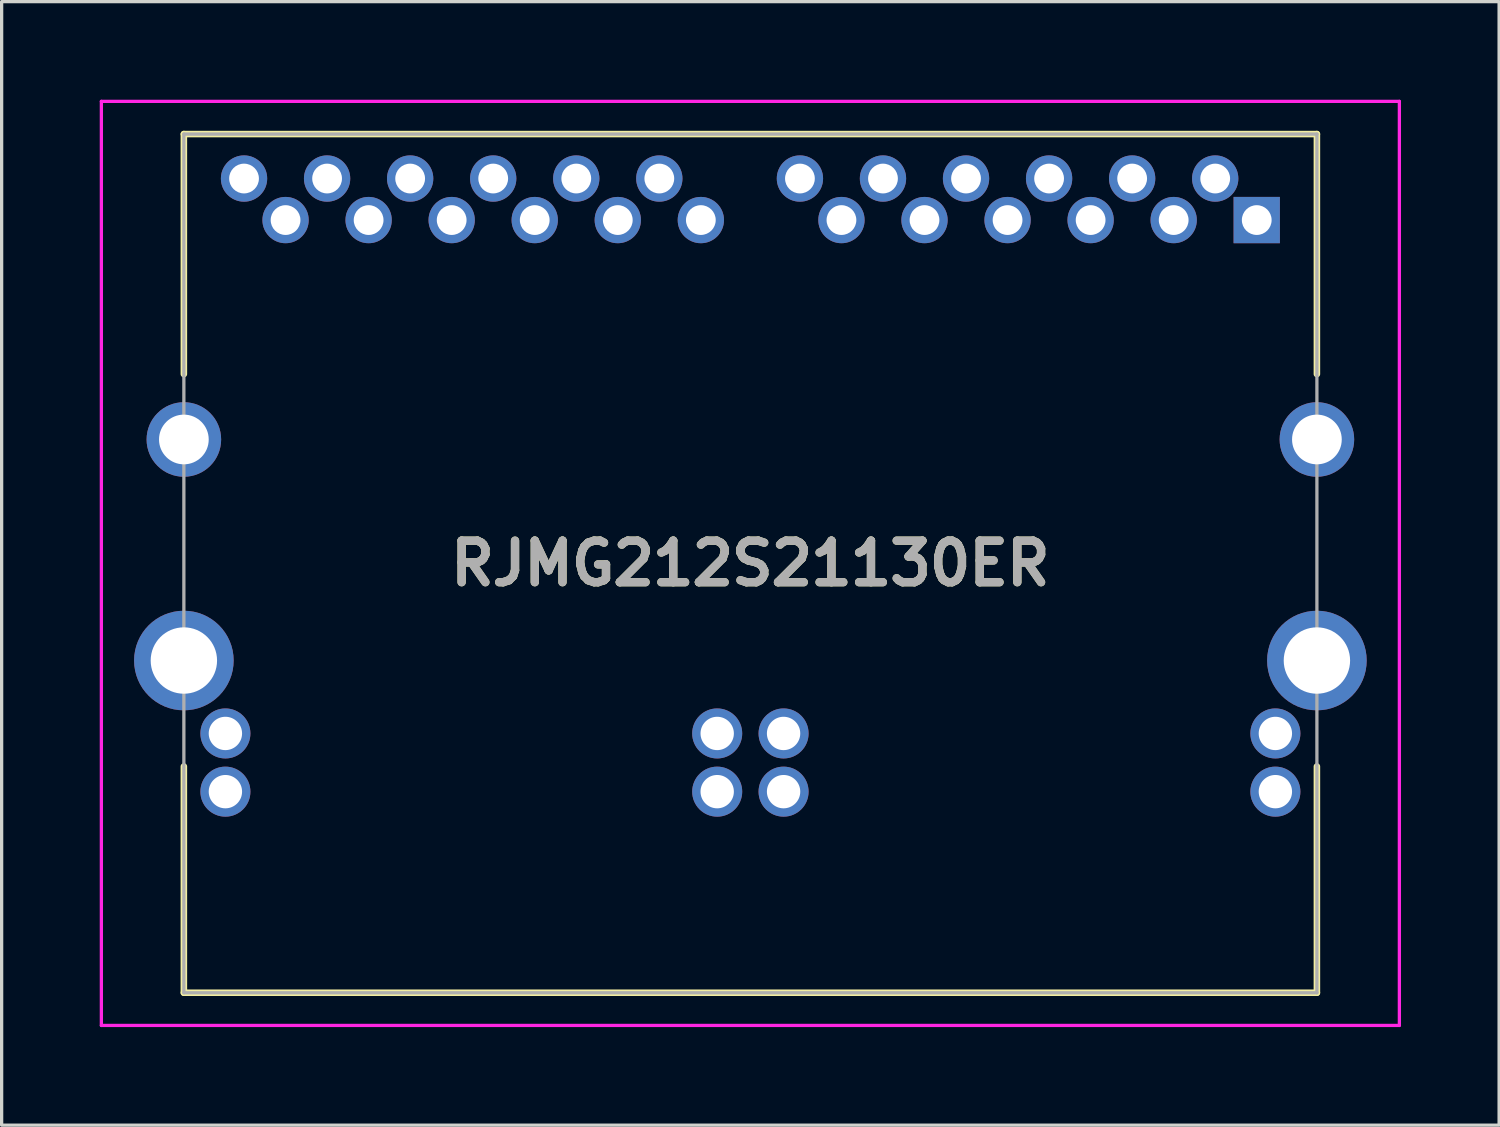
<source format=kicad_pcb>
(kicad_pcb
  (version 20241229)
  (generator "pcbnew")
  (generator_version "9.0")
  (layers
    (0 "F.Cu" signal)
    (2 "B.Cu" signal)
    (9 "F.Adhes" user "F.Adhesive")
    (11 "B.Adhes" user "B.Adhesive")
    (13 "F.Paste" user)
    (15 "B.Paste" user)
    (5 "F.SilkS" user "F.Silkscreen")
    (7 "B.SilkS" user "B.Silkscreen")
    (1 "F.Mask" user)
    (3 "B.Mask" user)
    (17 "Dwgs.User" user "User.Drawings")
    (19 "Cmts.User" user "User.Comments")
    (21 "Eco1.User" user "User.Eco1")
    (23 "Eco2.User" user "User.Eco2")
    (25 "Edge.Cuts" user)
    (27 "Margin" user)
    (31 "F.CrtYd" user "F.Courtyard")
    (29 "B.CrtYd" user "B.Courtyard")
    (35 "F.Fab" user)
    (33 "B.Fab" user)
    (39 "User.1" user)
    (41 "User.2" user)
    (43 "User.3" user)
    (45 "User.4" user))
  (footprint "RJMG212S21130ER"
    (layer "F.Cu")
    (at 35.383 3.68)
    (property "Reference" "RJMG212S21130ER" (at -15.486 10.5 0) (layer "F.SilkS") (effects (font (size 1.27 1.27) (thickness 0.254))))
    (attr through_hole)
    (fp_line (start -32.81 -2.63) (end 1.84 -2.63) (stroke (width 0.2) (type solid)) (layer "F.SilkS"))
    (fp_line (start -32.81 4.71) (end -32.81 -2.63) (stroke (width 0.2) (type solid)) (layer "F.SilkS"))
    (fp_line (start -32.81 16.71) (end -32.81 23.63) (stroke (width 0.2) (type solid)) (layer "F.SilkS"))
    (fp_line (start -32.81 23.63) (end 1.84 23.63) (stroke (width 0.2) (type solid)) (layer "F.SilkS"))
    (fp_line (start 1.84 -2.63) (end 1.84 4.71) (stroke (width 0.2) (type solid)) (layer "F.SilkS"))
    (fp_line (start 1.84 23.63) (end 1.84 16.71) (stroke (width 0.2) (type solid)) (layer "F.SilkS"))
    (fp_line (start -35.333 -3.63) (end 4.362 -3.63) (stroke (width 0.1) (type solid)) (layer "F.CrtYd"))
    (fp_line (start -35.333 24.63) (end -35.333 -3.63) (stroke (width 0.1) (type solid)) (layer "F.CrtYd"))
    (fp_line (start 4.362 -3.63) (end 4.362 24.63) (stroke (width 0.1) (type solid)) (layer "F.CrtYd"))
    (fp_line (start 4.362 24.63) (end -35.333 24.63) (stroke (width 0.1) (type solid)) (layer "F.CrtYd"))
    (fp_line (start -32.81 -2.63) (end 1.84 -2.63) (stroke (width 0.1) (type solid)) (layer "F.Fab"))
    (fp_line (start -32.81 23.63) (end -32.81 -2.63) (stroke (width 0.1) (type solid)) (layer "F.Fab"))
    (fp_line (start 1.84 -2.63) (end 1.84 23.63) (stroke (width 0.1) (type solid)) (layer "F.Fab"))
    (fp_line (start 1.84 23.63) (end -32.81 23.63) (stroke (width 0.1) (type solid)) (layer "F.Fab"))
    (fp_text user "${REFERENCE}" (at -15.486 10.5 0) (layer "F.Fab") (effects (font (size 1.27 1.27) (thickness 0.254))))
    (pad "A1" thru_hole rect (at 0 0) (size 1.416 1.416) (drill 0.91) (layers "*.Cu" "*.Mask"))
    (pad "A2" thru_hole circle (at -1.27 -1.27) (size 1.416 1.416) (drill 0.91) (layers "*.Cu" "*.Mask"))
    (pad "A3" thru_hole circle (at -2.54 0) (size 1.416 1.416) (drill 0.91) (layers "*.Cu" "*.Mask"))
    (pad "A4" thru_hole circle (at -3.81 -1.27) (size 1.416 1.416) (drill 0.91) (layers "*.Cu" "*.Mask"))
    (pad "A5" thru_hole circle (at -5.08 0) (size 1.416 1.416) (drill 0.91) (layers "*.Cu" "*.Mask"))
    (pad "A6" thru_hole circle (at -6.35 -1.27) (size 1.416 1.416) (drill 0.91) (layers "*.Cu" "*.Mask"))
    (pad "A7" thru_hole circle (at -7.62 0) (size 1.416 1.416) (drill 0.91) (layers "*.Cu" "*.Mask"))
    (pad "A8" thru_hole circle (at -8.89 -1.27) (size 1.416 1.416) (drill 0.91) (layers "*.Cu" "*.Mask"))
    (pad "A9" thru_hole circle (at -10.16 0) (size 1.416 1.416) (drill 0.91) (layers "*.Cu" "*.Mask"))
    (pad "A10" thru_hole circle (at -11.43 -1.27) (size 1.416 1.416) (drill 0.91) (layers "*.Cu" "*.Mask"))
    (pad "A11" thru_hole circle (at -12.7 0) (size 1.416 1.416) (drill 0.91) (layers "*.Cu" "*.Mask"))
    (pad "A12" thru_hole circle (at -13.97 -1.27) (size 1.416 1.416) (drill 0.91) (layers "*.Cu" "*.Mask"))
    (pad "AL1" thru_hole circle (at -14.47 15.7) (size 1.53 1.53) (drill 1.02) (layers "*.Cu" "*.Mask"))
    (pad "AL2" thru_hole circle (at -14.47 17.48) (size 1.53 1.53) (drill 1.02) (layers "*.Cu" "*.Mask"))
    (pad "AL3" thru_hole circle (at 0.57 15.7) (size 1.53 1.53) (drill 1.02) (layers "*.Cu" "*.Mask"))
    (pad "AL4" thru_hole circle (at 0.57 17.48) (size 1.53 1.53) (drill 1.02) (layers "*.Cu" "*.Mask"))
    (pad "B1" thru_hole circle (at -17 0) (size 1.416 1.416) (drill 0.91) (layers "*.Cu" "*.Mask"))
    (pad "B2" thru_hole circle (at -18.27 -1.27) (size 1.416 1.416) (drill 0.91) (layers "*.Cu" "*.Mask"))
    (pad "B3" thru_hole circle (at -19.54 0) (size 1.416 1.416) (drill 0.91) (layers "*.Cu" "*.Mask"))
    (pad "B4" thru_hole circle (at -20.81 -1.27) (size 1.416 1.416) (drill 0.91) (layers "*.Cu" "*.Mask"))
    (pad "B5" thru_hole circle (at -22.08 0) (size 1.416 1.416) (drill 0.91) (layers "*.Cu" "*.Mask"))
    (pad "B6" thru_hole circle (at -23.35 -1.27) (size 1.416 1.416) (drill 0.91) (layers "*.Cu" "*.Mask"))
    (pad "B7" thru_hole circle (at -24.62 0) (size 1.416 1.416) (drill 0.91) (layers "*.Cu" "*.Mask"))
    (pad "B8" thru_hole circle (at -25.89 -1.27) (size 1.416 1.416) (drill 0.91) (layers "*.Cu" "*.Mask"))
    (pad "B9" thru_hole circle (at -27.16 0) (size 1.416 1.416) (drill 0.91) (layers "*.Cu" "*.Mask"))
    (pad "B10" thru_hole circle (at -28.43 -1.27) (size 1.416 1.416) (drill 0.91) (layers "*.Cu" "*.Mask"))
    (pad "B11" thru_hole circle (at -29.7 0) (size 1.416 1.416) (drill 0.91) (layers "*.Cu" "*.Mask"))
    (pad "B12" thru_hole circle (at -30.97 -1.27) (size 1.416 1.416) (drill 0.91) (layers "*.Cu" "*.Mask"))
    (pad "BL1" thru_hole circle (at -31.54 15.7) (size 1.53 1.53) (drill 1.02) (layers "*.Cu" "*.Mask"))
    (pad "BL2" thru_hole circle (at -31.54 17.48) (size 1.53 1.53) (drill 1.02) (layers "*.Cu" "*.Mask"))
    (pad "BL3" thru_hole circle (at -16.5 15.7) (size 1.53 1.53) (drill 1.02) (layers "*.Cu" "*.Mask"))
    (pad "BL4" thru_hole circle (at -16.5 17.48) (size 1.53 1.53) (drill 1.02) (layers "*.Cu" "*.Mask"))
    (pad "MH1" thru_hole circle (at 1.84 6.71) (size 2.28 2.28) (drill 1.52) (layers "*.Cu" "*.Mask"))
    (pad "MH2" thru_hole circle (at -32.81 6.71) (size 2.28 2.28) (drill 1.52) (layers "*.Cu" "*.Mask"))
    (pad "MH3" thru_hole circle (at -32.81 13.47) (size 3.045 3.045) (drill 2.03) (layers "*.Cu" "*.Mask"))
    (pad "MH4" thru_hole circle (at 1.84 13.47) (size 3.045 3.045) (drill 2.03) (layers "*.Cu" "*.Mask")))
  (gr_rect
    (start -3 -3)
    (end 42.795 31.36)
    (stroke (width 0.1) (type default))
    (fill no)
    (layer "Edge.Cuts")))
</source>
